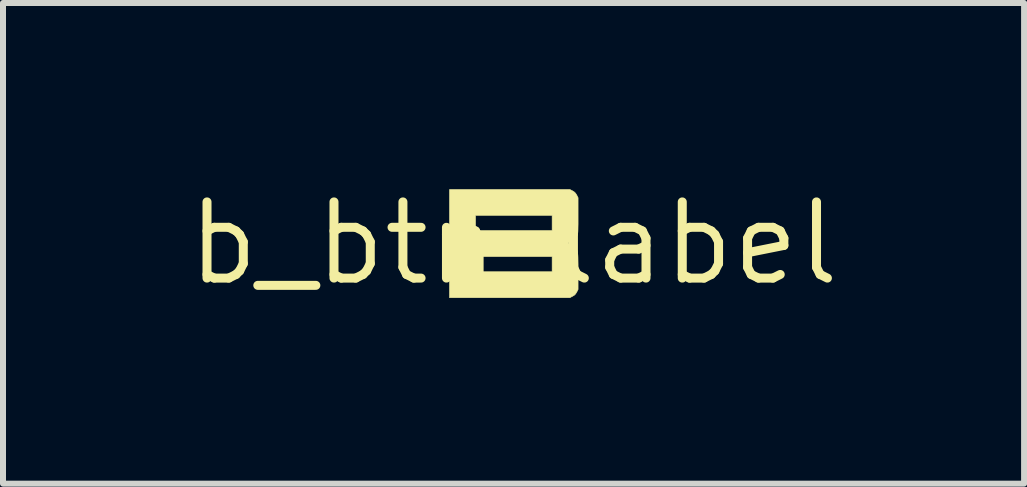
<source format=kicad_pcb>
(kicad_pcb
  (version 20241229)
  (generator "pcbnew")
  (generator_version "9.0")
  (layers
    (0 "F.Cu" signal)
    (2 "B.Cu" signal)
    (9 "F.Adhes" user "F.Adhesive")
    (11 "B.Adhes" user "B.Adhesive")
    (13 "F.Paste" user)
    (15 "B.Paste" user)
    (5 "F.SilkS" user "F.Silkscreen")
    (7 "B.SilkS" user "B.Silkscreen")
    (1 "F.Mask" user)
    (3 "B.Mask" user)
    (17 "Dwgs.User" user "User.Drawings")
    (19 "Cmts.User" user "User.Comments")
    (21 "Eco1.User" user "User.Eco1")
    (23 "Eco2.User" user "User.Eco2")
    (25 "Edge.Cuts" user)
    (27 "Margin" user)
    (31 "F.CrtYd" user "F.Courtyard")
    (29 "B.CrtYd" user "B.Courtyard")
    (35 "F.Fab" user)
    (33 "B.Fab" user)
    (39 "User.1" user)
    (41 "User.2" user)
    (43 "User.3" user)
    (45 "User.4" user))
  (footprint "b_btn_label"
    (layer "F.Cu")
    (at 5.511 1.006)
    (property "Reference" "b_btn_label" (at 0 0 0) (layer "F.SilkS") (effects (font (size 1.27 1.27) (thickness 0.15))))
    (attr through_hole)
    (fp_poly (pts (xy 0.983 -0.874) (xy 1.013 -0.855) (xy 1.034 -0.834) (xy 1.052 -0.805) (xy 1.075 -0.76) (xy 1.075 -0.463) (xy 1.075 -0.383) (xy 1.075 -0.319) (xy 1.074 -0.268) (xy 1.073 -0.228) (xy 1.072 -0.198) (xy 1.07 -0.175) (xy 1.068 -0.158) (xy 1.065 -0.145) (xy 1.061 -0.134) (xy 1.058 -0.127) (xy 1.042 -0.098) (xy 1.024 -0.072) (xy 1.018 -0.065) (xy 0.993 -0.044) (xy 0.964 -0.025) (xy 0.935 -0.012) (xy 0.917 -0.008) (xy 0.916 -0.005) (xy 0.928 0.004) (xy 0.951 0.016) (xy 0.954 0.017) (xy 0.987 0.037) (xy 1.016 0.059) (xy 1.028 0.072) (xy 1.04 0.088) (xy 1.05 0.104) (xy 1.057 0.121) (xy 1.063 0.141) (xy 1.068 0.166) (xy 1.071 0.197) (xy 1.073 0.238) (xy 1.074 0.289) (xy 1.075 0.352) (xy 1.075 0.43) (xy 1.075 0.47) (xy 1.075 0.769) (xy 1.052 0.814) (xy 1.033 0.844) (xy 1.012 0.865) (xy 0.983 0.882) (xy 0.938 0.906) (xy -1.067 0.906) (xy -1.067 0.22) (xy -0.635 0.22) (xy -0.635 0.474) (xy 0.643 0.474) (xy 0.643 0.22) (xy -0.635 0.22) (xy -1.067 0.22) (xy -1.067 -0.466) (xy -0.635 -0.466) (xy -0.635 -0.212) (xy 0.643 -0.212) (xy 0.643 -0.466) (xy -0.635 -0.466) (xy -1.067 -0.466) (xy -1.067 -0.897) (xy 0.938 -0.897) (xy 0.983 -0.874)) (stroke (width 0.01) (type solid)) (fill yes) (layer "F.SilkS")))
  (gr_rect
    (start -3 -3)
    (end 14.021 5.012)
    (stroke (width 0.1) (type default))
    (fill no)
    (layer "Edge.Cuts")))
</source>
